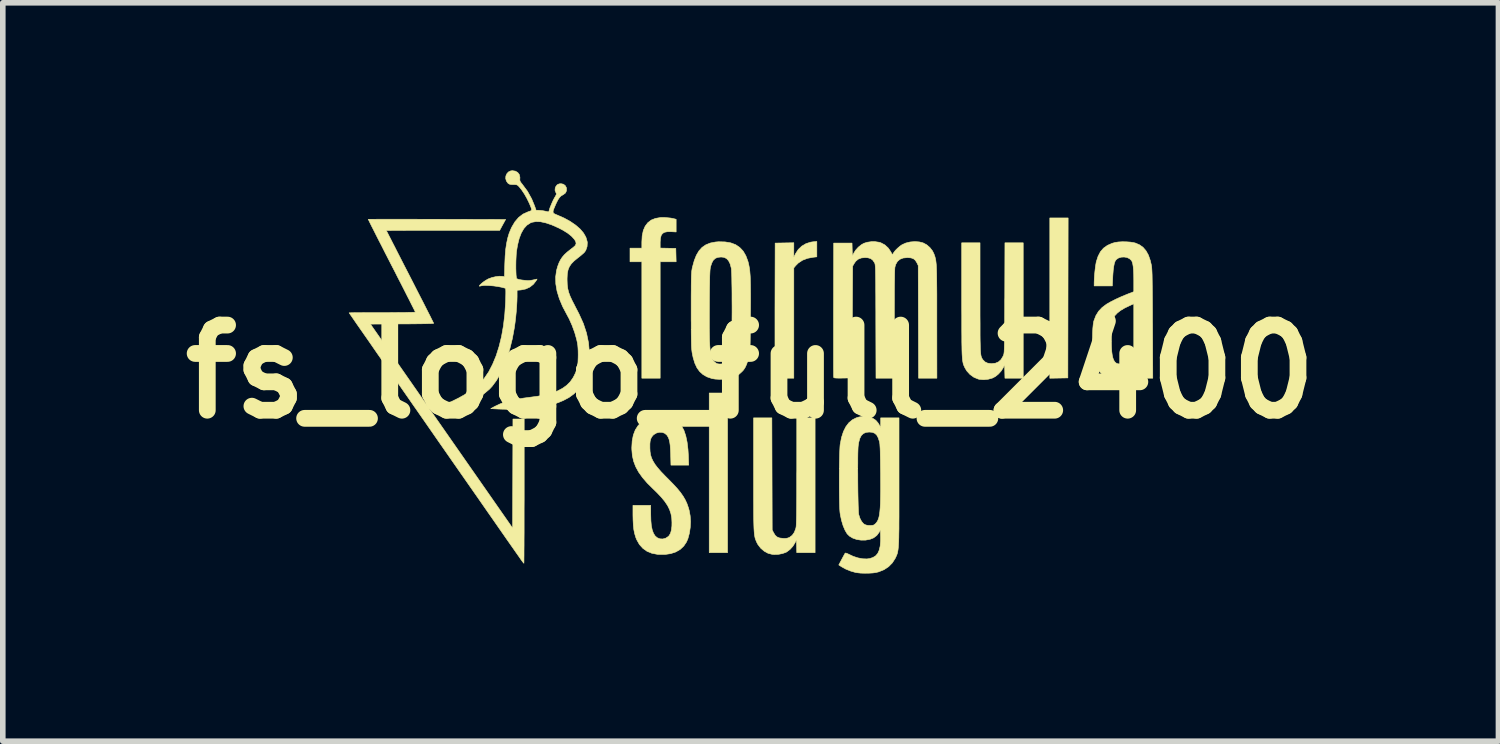
<source format=kicad_pcb>
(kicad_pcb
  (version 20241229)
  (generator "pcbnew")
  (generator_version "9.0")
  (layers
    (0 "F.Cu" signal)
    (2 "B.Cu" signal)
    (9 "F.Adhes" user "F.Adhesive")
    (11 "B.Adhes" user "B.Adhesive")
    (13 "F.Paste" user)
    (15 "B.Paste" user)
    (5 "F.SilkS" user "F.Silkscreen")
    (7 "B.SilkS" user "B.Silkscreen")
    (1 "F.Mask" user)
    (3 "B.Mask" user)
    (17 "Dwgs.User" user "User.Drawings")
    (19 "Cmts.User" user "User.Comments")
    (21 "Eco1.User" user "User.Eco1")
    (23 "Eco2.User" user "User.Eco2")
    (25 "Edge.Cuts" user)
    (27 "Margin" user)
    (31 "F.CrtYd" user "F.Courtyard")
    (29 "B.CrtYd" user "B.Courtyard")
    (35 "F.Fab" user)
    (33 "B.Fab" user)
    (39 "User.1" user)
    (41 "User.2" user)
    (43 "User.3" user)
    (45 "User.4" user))
  (footprint "fs_logo_full_2400"
    (layer "F.Cu")
    (at 10.385 3.603)
    (property "Reference" "fs_logo_full_2400" (at 0 0 0) (layer "F.SilkS") (effects (font (size 1.524 1.524) (thickness 0.3))))
    (attr through_hole)
    (fp_poly (pts (xy -0.413 3.239) (xy -0.741 3.239) (xy -0.741 0.381) (xy -0.413 0.381) (xy -0.413 3.239)) (stroke (width 0.01) (type solid)) (fill yes) (layer "F.SilkS"))
    (fp_poly (pts (xy 5.678 0.111) (xy 5.517 0.114) (xy 5.355 0.117) (xy 5.355 -2.752) (xy 5.683 -2.752) (xy 5.678 0.111)) (stroke (width 0.01) (type solid)) (fill yes) (layer "F.SilkS"))
    (fp_poly (pts (xy -1.479 -2.755) (xy -1.43 -2.75) (xy -1.392 -2.743) (xy -1.384 -2.741) (xy -1.333 -2.728) (xy -1.333 -2.501) (xy -1.422 -2.506) (xy -1.489 -2.506) (xy -1.54 -2.496) (xy -1.577 -2.474) (xy -1.601 -2.439) (xy -1.614 -2.388) (xy -1.619 -2.319) (xy -1.619 -2.302) (xy -1.619 -2.213) (xy -1.339 -2.207) (xy -1.336 -2.088) (xy -1.333 -1.968) (xy -1.619 -1.968) (xy -1.619 0.116) (xy -1.947 0.116) (xy -1.947 -1.968) (xy -2.159 -1.968) (xy -2.159 -2.212) (xy -1.947 -2.212) (xy -1.947 -2.321) (xy -1.941 -2.432) (xy -1.921 -2.527) (xy -1.887 -2.605) (xy -1.84 -2.667) (xy -1.779 -2.714) (xy -1.704 -2.744) (xy -1.616 -2.759) (xy -1.529 -2.759) (xy -1.479 -2.755)) (stroke (width 0.01) (type solid)) (fill yes) (layer "F.SilkS"))
    (fp_poly (pts (xy 1.185 -2.056) (xy 1.115 -2.048) (xy 1.016 -2.029) (xy 0.928 -1.995) (xy 0.854 -1.946) (xy 0.805 -1.897) (xy 0.773 -1.858) (xy 0.773 0.116) (xy 0.608 0.116) (xy 0.541 0.116) (xy 0.492 0.114) (xy 0.46 0.111) (xy 0.443 0.107) (xy 0.439 0.103) (xy 0.438 0.091) (xy 0.438 0.059) (xy 0.437 0.009) (xy 0.437 -0.059) (xy 0.436 -0.142) (xy 0.436 -0.24) (xy 0.436 -0.35) (xy 0.436 -0.473) (xy 0.436 -0.606) (xy 0.436 -0.747) (xy 0.436 -0.897) (xy 0.436 -1.052) (xy 0.436 -1.106) (xy 0.439 -2.302) (xy 0.606 -2.305) (xy 0.773 -2.308) (xy 0.773 -2.05) (xy 0.805 -2.114) (xy 0.853 -2.188) (xy 0.916 -2.248) (xy 0.991 -2.292) (xy 1.075 -2.319) (xy 1.116 -2.325) (xy 1.185 -2.331) (xy 1.185 -2.056)) (stroke (width 0.01) (type solid)) (fill yes) (layer "F.SilkS"))
    (fp_poly (pts (xy 0.386 2.831) (xy 0.411 2.881) (xy 0.44 2.928) (xy 0.474 2.958) (xy 0.519 2.976) (xy 0.578 2.983) (xy 0.624 2.984) (xy 0.657 2.979) (xy 0.687 2.969) (xy 0.697 2.964) (xy 0.744 2.929) (xy 0.781 2.877) (xy 0.807 2.811) (xy 0.814 2.779) (xy 0.816 2.755) (xy 0.818 2.711) (xy 0.82 2.647) (xy 0.822 2.563) (xy 0.823 2.458) (xy 0.824 2.333) (xy 0.825 2.187) (xy 0.825 2.021) (xy 0.825 1.834) (xy 0.826 1.769) (xy 0.826 0.826) (xy 1.154 0.826) (xy 1.154 3.239) (xy 0.826 3.239) (xy 0.82 3.011) (xy 0.796 3.06) (xy 0.756 3.125) (xy 0.705 3.181) (xy 0.648 3.224) (xy 0.632 3.233) (xy 0.569 3.255) (xy 0.497 3.269) (xy 0.422 3.272) (xy 0.386 3.269) (xy 0.312 3.25) (xy 0.243 3.212) (xy 0.181 3.159) (xy 0.131 3.094) (xy 0.111 3.057) (xy 0.102 3.036) (xy 0.094 3.017) (xy 0.086 2.997) (xy 0.08 2.977) (xy 0.075 2.953) (xy 0.07 2.925) (xy 0.066 2.892) (xy 0.063 2.852) (xy 0.06 2.804) (xy 0.058 2.747) (xy 0.056 2.678) (xy 0.055 2.598) (xy 0.054 2.504) (xy 0.054 2.395) (xy 0.053 2.27) (xy 0.053 2.127) (xy 0.053 1.965) (xy 0.053 1.839) (xy 0.053 0.826) (xy 0.38 0.826) (xy 0.386 2.831)) (stroke (width 0.01) (type solid)) (fill yes) (layer "F.SilkS"))
    (fp_poly (pts (xy 4.106 -1.325) (xy 4.106 -1.153) (xy 4.106 -1.002) (xy 4.107 -0.869) (xy 4.107 -0.754) (xy 4.107 -0.654) (xy 4.108 -0.569) (xy 4.11 -0.497) (xy 4.111 -0.437) (xy 4.113 -0.388) (xy 4.116 -0.348) (xy 4.119 -0.316) (xy 4.123 -0.29) (xy 4.128 -0.27) (xy 4.134 -0.254) (xy 4.14 -0.241) (xy 4.147 -0.229) (xy 4.155 -0.217) (xy 4.159 -0.212) (xy 4.196 -0.175) (xy 4.243 -0.153) (xy 4.304 -0.145) (xy 4.313 -0.145) (xy 4.381 -0.152) (xy 4.437 -0.176) (xy 4.482 -0.217) (xy 4.518 -0.277) (xy 4.527 -0.298) (xy 4.53 -0.307) (xy 4.533 -0.319) (xy 4.535 -0.334) (xy 4.538 -0.355) (xy 4.539 -0.381) (xy 4.541 -0.416) (xy 4.542 -0.46) (xy 4.543 -0.514) (xy 4.544 -0.579) (xy 4.545 -0.658) (xy 4.546 -0.751) (xy 4.547 -0.86) (xy 4.547 -0.986) (xy 4.548 -1.129) (xy 4.548 -1.293) (xy 4.549 -1.326) (xy 4.552 -2.307) (xy 4.879 -2.307) (xy 4.879 0.116) (xy 4.552 0.116) (xy 4.549 -0.003) (xy 4.546 -0.122) (xy 4.52 -0.069) (xy 4.483 -0.011) (xy 4.435 0.042) (xy 4.381 0.086) (xy 4.328 0.114) (xy 4.251 0.135) (xy 4.171 0.143) (xy 4.097 0.137) (xy 4.075 0.132) (xy 3.997 0.1) (xy 3.927 0.05) (xy 3.869 -0.014) (xy 3.836 -0.069) (xy 3.827 -0.088) (xy 3.819 -0.106) (xy 3.811 -0.124) (xy 3.805 -0.144) (xy 3.8 -0.168) (xy 3.795 -0.195) (xy 3.791 -0.228) (xy 3.788 -0.269) (xy 3.785 -0.317) (xy 3.783 -0.376) (xy 3.782 -0.445) (xy 3.78 -0.527) (xy 3.78 -0.622) (xy 3.779 -0.732) (xy 3.779 -0.859) (xy 3.779 -1.003) (xy 3.778 -1.166) (xy 3.778 -1.289) (xy 3.778 -2.307) (xy 4.106 -2.307) (xy 4.106 -1.325)) (stroke (width 0.01) (type solid)) (fill yes) (layer "F.SilkS"))
    (fp_poly (pts (xy -1.507 0.811) (xy -1.422 0.83) (xy -1.349 0.862) (xy -1.287 0.91) (xy -1.235 0.972) (xy -1.193 1.051) (xy -1.161 1.147) (xy -1.137 1.26) (xy -1.121 1.392) (xy -1.114 1.505) (xy -1.108 1.672) (xy -1.426 1.672) (xy -1.431 1.479) (xy -1.435 1.389) (xy -1.44 1.316) (xy -1.448 1.259) (xy -1.459 1.213) (xy -1.474 1.175) (xy -1.493 1.143) (xy -1.499 1.135) (xy -1.536 1.103) (xy -1.582 1.086) (xy -1.633 1.084) (xy -1.685 1.097) (xy -1.732 1.125) (xy -1.751 1.143) (xy -1.773 1.172) (xy -1.788 1.204) (xy -1.798 1.242) (xy -1.803 1.292) (xy -1.803 1.359) (xy -1.803 1.365) (xy -1.8 1.428) (xy -1.791 1.487) (xy -1.774 1.543) (xy -1.748 1.598) (xy -1.713 1.656) (xy -1.665 1.719) (xy -1.605 1.788) (xy -1.53 1.866) (xy -1.471 1.925) (xy -1.385 2.013) (xy -1.313 2.091) (xy -1.255 2.162) (xy -1.208 2.229) (xy -1.17 2.294) (xy -1.139 2.361) (xy -1.114 2.433) (xy -1.1 2.482) (xy -1.082 2.579) (xy -1.075 2.684) (xy -1.081 2.791) (xy -1.097 2.895) (xy -1.123 2.99) (xy -1.148 3.048) (xy -1.197 3.121) (xy -1.261 3.181) (xy -1.339 3.226) (xy -1.43 3.256) (xy -1.532 3.271) (xy -1.645 3.271) (xy -1.667 3.269) (xy -1.767 3.25) (xy -1.855 3.214) (xy -1.929 3.161) (xy -1.991 3.092) (xy -2.039 3.007) (xy -2.055 2.967) (xy -2.075 2.901) (xy -2.09 2.83) (xy -2.099 2.749) (xy -2.104 2.656) (xy -2.106 2.569) (xy -2.106 2.392) (xy -1.789 2.392) (xy -1.788 2.553) (xy -1.785 2.665) (xy -1.777 2.757) (xy -1.761 2.832) (xy -1.739 2.892) (xy -1.71 2.938) (xy -1.673 2.971) (xy -1.673 2.971) (xy -1.625 2.991) (xy -1.572 2.994) (xy -1.52 2.98) (xy -1.474 2.95) (xy -1.458 2.933) (xy -1.434 2.892) (xy -1.418 2.836) (xy -1.409 2.762) (xy -1.408 2.7) (xy -1.412 2.618) (xy -1.426 2.542) (xy -1.45 2.469) (xy -1.486 2.396) (xy -1.536 2.322) (xy -1.601 2.243) (xy -1.682 2.158) (xy -1.745 2.097) (xy -1.85 1.993) (xy -1.936 1.893) (xy -2.005 1.796) (xy -2.057 1.7) (xy -2.094 1.603) (xy -2.117 1.502) (xy -2.126 1.395) (xy -2.127 1.36) (xy -2.12 1.239) (xy -2.099 1.133) (xy -2.064 1.042) (xy -2.015 0.966) (xy -1.978 0.927) (xy -1.912 0.877) (xy -1.839 0.84) (xy -1.757 0.817) (xy -1.661 0.806) (xy -1.604 0.804) (xy -1.507 0.811)) (stroke (width 0.01) (type solid)) (fill yes) (layer "F.SilkS"))
    (fp_poly (pts (xy 3.02 -2.323) (xy 3.087 -2.306) (xy 3.151 -2.272) (xy 3.209 -2.222) (xy 3.256 -2.161) (xy 3.281 -2.11) (xy 3.289 -2.088) (xy 3.297 -2.066) (xy 3.303 -2.044) (xy 3.309 -2.02) (xy 3.314 -1.993) (xy 3.318 -1.962) (xy 3.322 -1.925) (xy 3.325 -1.881) (xy 3.327 -1.828) (xy 3.329 -1.765) (xy 3.33 -1.692) (xy 3.331 -1.605) (xy 3.332 -1.505) (xy 3.333 -1.389) (xy 3.333 -1.256) (xy 3.333 -1.106) (xy 3.333 -0.936) (xy 3.333 -0.886) (xy 3.334 0.116) (xy 3.006 0.116) (xy 3.003 -0.892) (xy 3 -1.9) (xy 2.976 -1.95) (xy 2.949 -1.993) (xy 2.916 -2.021) (xy 2.872 -2.037) (xy 2.814 -2.042) (xy 2.803 -2.042) (xy 2.73 -2.035) (xy 2.672 -2.012) (xy 2.628 -1.974) (xy 2.597 -1.92) (xy 2.583 -1.872) (xy 2.581 -1.851) (xy 2.579 -1.809) (xy 2.577 -1.748) (xy 2.576 -1.665) (xy 2.574 -1.562) (xy 2.573 -1.439) (xy 2.573 -1.295) (xy 2.572 -1.129) (xy 2.572 -0.943) (xy 2.572 -0.851) (xy 2.572 0.116) (xy 2.244 0.116) (xy 2.241 -0.897) (xy 2.241 -1.066) (xy 2.24 -1.215) (xy 2.24 -1.346) (xy 2.239 -1.459) (xy 2.239 -1.557) (xy 2.238 -1.639) (xy 2.237 -1.709) (xy 2.236 -1.766) (xy 2.235 -1.813) (xy 2.234 -1.85) (xy 2.232 -1.879) (xy 2.23 -1.901) (xy 2.228 -1.917) (xy 2.226 -1.93) (xy 2.223 -1.939) (xy 2.219 -1.947) (xy 2.216 -1.953) (xy 2.186 -1.997) (xy 2.149 -2.025) (xy 2.1 -2.039) (xy 2.05 -2.043) (xy 1.981 -2.036) (xy 1.925 -2.014) (xy 1.881 -1.976) (xy 1.855 -1.939) (xy 1.826 -1.889) (xy 1.82 -0.889) (xy 1.815 0.111) (xy 1.653 0.114) (xy 1.588 0.115) (xy 1.541 0.114) (xy 1.51 0.112) (xy 1.493 0.108) (xy 1.487 0.103) (xy 1.486 0.091) (xy 1.485 0.059) (xy 1.485 0.009) (xy 1.484 -0.059) (xy 1.484 -0.142) (xy 1.484 -0.24) (xy 1.484 -0.35) (xy 1.484 -0.473) (xy 1.484 -0.606) (xy 1.484 -0.747) (xy 1.484 -0.897) (xy 1.484 -1.053) (xy 1.484 -1.106) (xy 1.487 -2.302) (xy 1.815 -2.302) (xy 1.821 -2.07) (xy 1.846 -2.122) (xy 1.88 -2.176) (xy 1.928 -2.229) (xy 1.983 -2.273) (xy 2.027 -2.298) (xy 2.087 -2.317) (xy 2.158 -2.327) (xy 2.232 -2.327) (xy 2.299 -2.317) (xy 2.33 -2.308) (xy 2.402 -2.27) (xy 2.463 -2.214) (xy 2.507 -2.15) (xy 2.537 -2.094) (xy 2.56 -2.13) (xy 2.589 -2.169) (xy 2.63 -2.21) (xy 2.676 -2.249) (xy 2.709 -2.272) (xy 2.777 -2.303) (xy 2.855 -2.322) (xy 2.939 -2.329) (xy 3.02 -2.323)) (stroke (width 0.01) (type solid)) (fill yes) (layer "F.SilkS"))
    (fp_poly (pts (xy 6.724 -2.325) (xy 6.795 -2.32) (xy 6.857 -2.31) (xy 6.886 -2.303) (xy 6.961 -2.271) (xy 7.025 -2.225) (xy 7.077 -2.164) (xy 7.12 -2.087) (xy 7.153 -1.992) (xy 7.172 -1.912) (xy 7.175 -1.895) (xy 7.178 -1.875) (xy 7.18 -1.85) (xy 7.182 -1.82) (xy 7.184 -1.782) (xy 7.186 -1.736) (xy 7.187 -1.68) (xy 7.188 -1.612) (xy 7.189 -1.532) (xy 7.19 -1.438) (xy 7.191 -1.328) (xy 7.192 -1.202) (xy 7.193 -1.057) (xy 7.193 -0.893) (xy 7.194 -0.855) (xy 7.198 0.116) (xy 6.869 0.116) (xy 6.869 0.013) (xy 6.869 -0.09) (xy 6.846 -0.053) (xy 6.816 -0.011) (xy 6.778 0.032) (xy 6.737 0.069) (xy 6.7 0.094) (xy 6.699 0.095) (xy 6.667 0.108) (xy 6.625 0.12) (xy 6.599 0.126) (xy 6.564 0.132) (xy 6.54 0.135) (xy 6.519 0.135) (xy 6.491 0.131) (xy 6.463 0.126) (xy 6.381 0.103) (xy 6.311 0.062) (xy 6.252 0.004) (xy 6.204 -0.073) (xy 6.166 -0.167) (xy 6.155 -0.206) (xy 6.142 -0.267) (xy 6.133 -0.341) (xy 6.125 -0.426) (xy 6.121 -0.516) (xy 6.121 -0.537) (xy 6.457 -0.537) (xy 6.459 -0.44) (xy 6.464 -0.359) (xy 6.473 -0.294) (xy 6.485 -0.243) (xy 6.501 -0.203) (xy 6.521 -0.173) (xy 6.543 -0.154) (xy 6.573 -0.142) (xy 6.617 -0.138) (xy 6.664 -0.141) (xy 6.71 -0.151) (xy 6.726 -0.157) (xy 6.757 -0.176) (xy 6.791 -0.205) (xy 6.813 -0.228) (xy 6.858 -0.278) (xy 6.858 -1.216) (xy 6.789 -1.185) (xy 6.695 -1.14) (xy 6.62 -1.095) (xy 6.562 -1.049) (xy 6.517 -1.001) (xy 6.486 -0.953) (xy 6.478 -0.936) (xy 6.472 -0.92) (xy 6.468 -0.901) (xy 6.464 -0.875) (xy 6.462 -0.84) (xy 6.46 -0.793) (xy 6.459 -0.731) (xy 6.458 -0.654) (xy 6.457 -0.537) (xy 6.121 -0.537) (xy 6.119 -0.607) (xy 6.121 -0.695) (xy 6.125 -0.777) (xy 6.132 -0.846) (xy 6.141 -0.9) (xy 6.144 -0.91) (xy 6.18 -1.004) (xy 6.228 -1.082) (xy 6.291 -1.149) (xy 6.371 -1.209) (xy 6.376 -1.212) (xy 6.448 -1.253) (xy 6.537 -1.298) (xy 6.638 -1.344) (xy 6.747 -1.389) (xy 6.755 -1.392) (xy 6.858 -1.432) (xy 6.858 -1.629) (xy 6.857 -1.734) (xy 6.853 -1.819) (xy 6.847 -1.886) (xy 6.838 -1.937) (xy 6.826 -1.973) (xy 6.817 -1.99) (xy 6.782 -2.023) (xy 6.736 -2.045) (xy 6.684 -2.053) (xy 6.632 -2.05) (xy 6.584 -2.035) (xy 6.545 -2.008) (xy 6.526 -1.982) (xy 6.511 -1.943) (xy 6.5 -1.888) (xy 6.49 -1.815) (xy 6.483 -1.722) (xy 6.481 -1.681) (xy 6.474 -1.535) (xy 6.149 -1.535) (xy 6.149 -1.595) (xy 6.151 -1.654) (xy 6.155 -1.722) (xy 6.162 -1.794) (xy 6.17 -1.864) (xy 6.179 -1.924) (xy 6.187 -1.968) (xy 6.219 -2.066) (xy 6.261 -2.147) (xy 6.316 -2.211) (xy 6.386 -2.261) (xy 6.47 -2.298) (xy 6.527 -2.314) (xy 6.583 -2.322) (xy 6.651 -2.326) (xy 6.724 -2.325)) (stroke (width 0.01) (type solid)) (fill yes) (layer "F.SilkS"))
    (fp_poly (pts (xy -0.456 -2.323) (xy -0.355 -2.306) (xy -0.267 -2.273) (xy -0.194 -2.223) (xy -0.133 -2.158) (xy -0.085 -2.075) (xy -0.048 -1.976) (xy -0.043 -1.956) (xy -0.034 -1.92) (xy -0.027 -1.883) (xy -0.02 -1.845) (xy -0.015 -1.804) (xy -0.011 -1.757) (xy -0.007 -1.704) (xy -0.005 -1.641) (xy -0.003 -1.568) (xy -0.002 -1.483) (xy -0.001 -1.383) (xy -0.001 -1.267) (xy -0.002 -1.133) (xy -0.003 -1.021) (xy -0.004 -0.887) (xy -0.005 -0.773) (xy -0.006 -0.676) (xy -0.007 -0.594) (xy -0.008 -0.527) (xy -0.009 -0.472) (xy -0.011 -0.427) (xy -0.013 -0.39) (xy -0.015 -0.36) (xy -0.018 -0.335) (xy -0.022 -0.313) (xy -0.026 -0.293) (xy -0.029 -0.28) (xy -0.05 -0.199) (xy -0.071 -0.134) (xy -0.095 -0.081) (xy -0.123 -0.037) (xy -0.148 -0.008) (xy -0.215 0.053) (xy -0.293 0.096) (xy -0.371 0.121) (xy -0.428 0.131) (xy -0.496 0.135) (xy -0.566 0.136) (xy -0.633 0.132) (xy -0.688 0.123) (xy -0.696 0.121) (xy -0.781 0.092) (xy -0.852 0.051) (xy -0.911 -0.002) (xy -0.96 -0.069) (xy -0.999 -0.153) (xy -1.029 -0.253) (xy -1.044 -0.323) (xy -1.048 -0.346) (xy -1.051 -0.37) (xy -1.054 -0.396) (xy -1.057 -0.427) (xy -1.059 -0.463) (xy -1.06 -0.508) (xy -1.061 -0.563) (xy -1.062 -0.628) (xy -1.063 -0.707) (xy -1.063 -0.802) (xy -1.063 -0.878) (xy -0.739 -0.878) (xy -0.739 -0.753) (xy -0.737 -0.644) (xy -0.735 -0.551) (xy -0.731 -0.472) (xy -0.726 -0.406) (xy -0.72 -0.35) (xy -0.712 -0.305) (xy -0.702 -0.268) (xy -0.69 -0.237) (xy -0.677 -0.212) (xy -0.661 -0.191) (xy -0.643 -0.173) (xy -0.639 -0.17) (xy -0.616 -0.152) (xy -0.593 -0.142) (xy -0.564 -0.138) (xy -0.537 -0.138) (xy -0.485 -0.141) (xy -0.447 -0.153) (xy -0.437 -0.158) (xy -0.401 -0.191) (xy -0.373 -0.243) (xy -0.352 -0.313) (xy -0.347 -0.334) (xy -0.344 -0.361) (xy -0.342 -0.406) (xy -0.339 -0.468) (xy -0.337 -0.544) (xy -0.336 -0.632) (xy -0.334 -0.73) (xy -0.333 -0.835) (xy -0.333 -0.945) (xy -0.332 -1.059) (xy -0.332 -1.173) (xy -0.333 -1.285) (xy -0.333 -1.394) (xy -0.334 -1.497) (xy -0.336 -1.591) (xy -0.337 -1.675) (xy -0.339 -1.746) (xy -0.342 -1.802) (xy -0.344 -1.841) (xy -0.347 -1.857) (xy -0.367 -1.931) (xy -0.395 -1.987) (xy -0.431 -2.025) (xy -0.475 -2.047) (xy -0.529 -2.053) (xy -0.587 -2.047) (xy -0.632 -2.029) (xy -0.668 -1.996) (xy -0.695 -1.946) (xy -0.716 -1.883) (xy -0.72 -1.866) (xy -0.723 -1.847) (xy -0.726 -1.822) (xy -0.728 -1.79) (xy -0.73 -1.75) (xy -0.732 -1.7) (xy -0.733 -1.638) (xy -0.734 -1.563) (xy -0.736 -1.472) (xy -0.737 -1.364) (xy -0.738 -1.237) (xy -0.738 -1.185) (xy -0.739 -1.022) (xy -0.739 -0.878) (xy -1.063 -0.878) (xy -1.064 -0.913) (xy -1.064 -1.042) (xy -1.064 -1.101) (xy -1.064 -1.237) (xy -1.064 -1.354) (xy -1.063 -1.453) (xy -1.063 -1.537) (xy -1.062 -1.606) (xy -1.061 -1.663) (xy -1.06 -1.71) (xy -1.058 -1.747) (xy -1.056 -1.778) (xy -1.054 -1.804) (xy -1.05 -1.826) (xy -1.047 -1.847) (xy -1.042 -1.867) (xy -1.041 -1.873) (xy -1.009 -1.989) (xy -0.971 -2.085) (xy -0.924 -2.164) (xy -0.868 -2.226) (xy -0.802 -2.271) (xy -0.723 -2.303) (xy -0.632 -2.321) (xy -0.572 -2.326) (xy -0.456 -2.323)) (stroke (width 0.01) (type solid)) (fill yes) (layer "F.SilkS"))
    (fp_poly (pts (xy -6.275 -2.729) (xy -6.143 -2.729) (xy -6.001 -2.729) (xy -5.851 -2.728) (xy -5.695 -2.728) (xy -5.613 -2.728) (xy -4.385 -2.725) (xy -4.439 -2.627) (xy -4.492 -2.529) (xy -5.506 -2.529) (xy -5.65 -2.529) (xy -5.789 -2.529) (xy -5.919 -2.529) (xy -6.041 -2.529) (xy -6.152 -2.529) (xy -6.252 -2.528) (xy -6.337 -2.528) (xy -6.408 -2.528) (xy -6.463 -2.527) (xy -6.5 -2.527) (xy -6.518 -2.527) (xy -6.519 -2.526) (xy -6.515 -2.517) (xy -6.501 -2.49) (xy -6.479 -2.446) (xy -6.449 -2.388) (xy -6.413 -2.317) (xy -6.37 -2.234) (xy -6.322 -2.139) (xy -6.269 -2.036) (xy -6.212 -1.924) (xy -6.151 -1.806) (xy -6.096 -1.699) (xy -6.033 -1.576) (xy -5.973 -1.458) (xy -5.916 -1.347) (xy -5.863 -1.244) (xy -5.816 -1.151) (xy -5.774 -1.068) (xy -5.738 -0.998) (xy -5.71 -0.941) (xy -5.689 -0.899) (xy -5.676 -0.874) (xy -5.673 -0.866) (xy -5.683 -0.864) (xy -5.712 -0.862) (xy -5.759 -0.861) (xy -5.821 -0.859) (xy -5.897 -0.858) (xy -5.984 -0.857) (xy -6.081 -0.856) (xy -6.185 -0.855) (xy -6.239 -0.855) (xy -6.805 -0.852) (xy -5.533 0.974) (xy -4.26 2.799) (xy -4.257 1.823) (xy -4.254 0.847) (xy -4.053 0.847) (xy -4.053 2.138) (xy -4.053 2.301) (xy -4.054 2.459) (xy -4.054 2.609) (xy -4.054 2.751) (xy -4.054 2.882) (xy -4.055 3.003) (xy -4.055 3.111) (xy -4.056 3.206) (xy -4.056 3.286) (xy -4.057 3.349) (xy -4.057 3.395) (xy -4.058 3.422) (xy -4.058 3.429) (xy -4.066 3.421) (xy -4.083 3.4) (xy -4.105 3.37) (xy -4.11 3.363) (xy -4.127 3.338) (xy -4.155 3.298) (xy -4.194 3.243) (xy -4.242 3.174) (xy -4.299 3.093) (xy -4.365 2.999) (xy -4.438 2.894) (xy -4.518 2.779) (xy -4.605 2.654) (xy -4.698 2.521) (xy -4.796 2.38) (xy -4.899 2.232) (xy -5.006 2.079) (xy -5.116 1.921) (xy -5.23 1.758) (xy -5.345 1.593) (xy -5.462 1.425) (xy -5.58 1.256) (xy -5.698 1.086) (xy -5.816 0.916) (xy -5.933 0.748) (xy -6.049 0.582) (xy -6.162 0.419) (xy -6.273 0.26) (xy -6.38 0.106) (xy -6.483 -0.042) (xy -6.582 -0.184) (xy -6.676 -0.318) (xy -6.763 -0.444) (xy -6.844 -0.561) (xy -6.918 -0.667) (xy -6.985 -0.763) (xy -7.043 -0.846) (xy -7.092 -0.917) (xy -7.131 -0.974) (xy -7.16 -1.016) (xy -7.179 -1.043) (xy -7.186 -1.053) (xy -7.186 -1.054) (xy -7.176 -1.054) (xy -7.146 -1.055) (xy -7.099 -1.056) (xy -7.037 -1.057) (xy -6.961 -1.057) (xy -6.873 -1.058) (xy -6.776 -1.058) (xy -6.67 -1.058) (xy -6.593 -1.058) (xy -6.484 -1.058) (xy -6.38 -1.059) (xy -6.286 -1.06) (xy -6.201 -1.06) (xy -6.129 -1.062) (xy -6.071 -1.063) (xy -6.03 -1.064) (xy -6.006 -1.066) (xy -6.001 -1.067) (xy -6.005 -1.077) (xy -6.019 -1.105) (xy -6.041 -1.149) (xy -6.071 -1.208) (xy -6.107 -1.28) (xy -6.15 -1.364) (xy -6.198 -1.459) (xy -6.251 -1.563) (xy -6.309 -1.675) (xy -6.369 -1.794) (xy -6.424 -1.9) (xy -6.487 -2.023) (xy -6.547 -2.14) (xy -6.603 -2.251) (xy -6.656 -2.353) (xy -6.703 -2.446) (xy -6.744 -2.528) (xy -6.78 -2.598) (xy -6.808 -2.654) (xy -6.828 -2.695) (xy -6.84 -2.72) (xy -6.844 -2.727) (xy -6.833 -2.728) (xy -6.802 -2.728) (xy -6.753 -2.728) (xy -6.687 -2.729) (xy -6.604 -2.729) (xy -6.507 -2.729) (xy -6.397 -2.729) (xy -6.275 -2.729)) (stroke (width 0.01) (type solid)) (fill yes) (layer "F.SilkS"))
    (fp_poly (pts (xy 2.048 0.807) (xy 2.127 0.816) (xy 2.19 0.836) (xy 2.24 0.869) (xy 2.282 0.918) (xy 2.306 0.958) (xy 2.327 1) (xy 2.328 0.913) (xy 2.328 0.826) (xy 2.656 0.826) (xy 2.656 1.962) (xy 2.656 2.15) (xy 2.656 2.318) (xy 2.656 2.467) (xy 2.656 2.599) (xy 2.655 2.715) (xy 2.655 2.815) (xy 2.653 2.902) (xy 2.652 2.977) (xy 2.65 3.041) (xy 2.647 3.094) (xy 2.644 3.139) (xy 2.64 3.177) (xy 2.635 3.208) (xy 2.63 3.235) (xy 2.624 3.258) (xy 2.616 3.279) (xy 2.608 3.298) (xy 2.599 3.318) (xy 2.589 3.339) (xy 2.588 3.341) (xy 2.536 3.422) (xy 2.469 3.49) (xy 2.387 3.544) (xy 2.292 3.582) (xy 2.245 3.594) (xy 2.189 3.602) (xy 2.12 3.606) (xy 2.044 3.607) (xy 1.971 3.605) (xy 1.907 3.598) (xy 1.877 3.593) (xy 1.787 3.567) (xy 1.699 3.531) (xy 1.631 3.493) (xy 1.578 3.459) (xy 1.632 3.357) (xy 1.655 3.314) (xy 1.674 3.279) (xy 1.688 3.254) (xy 1.694 3.246) (xy 1.706 3.246) (xy 1.731 3.255) (xy 1.758 3.268) (xy 1.837 3.305) (xy 1.92 3.332) (xy 2.003 3.348) (xy 2.08 3.351) (xy 2.129 3.345) (xy 2.19 3.325) (xy 2.239 3.295) (xy 2.276 3.251) (xy 2.302 3.193) (xy 2.319 3.12) (xy 2.326 3.029) (xy 2.326 2.962) (xy 2.323 2.831) (xy 2.3 2.875) (xy 2.258 2.931) (xy 2.201 2.974) (xy 2.139 2.999) (xy 2.059 3.014) (xy 1.978 3.015) (xy 1.9 3.003) (xy 1.83 2.979) (xy 1.771 2.944) (xy 1.728 2.902) (xy 1.69 2.838) (xy 1.656 2.758) (xy 1.628 2.665) (xy 1.606 2.564) (xy 1.599 2.514) (xy 1.596 2.474) (xy 1.593 2.417) (xy 1.591 2.345) (xy 1.589 2.261) (xy 1.588 2.167) (xy 1.587 2.066) (xy 1.587 1.961) (xy 1.587 1.855) (xy 1.588 1.75) (xy 1.588 1.737) (xy 1.917 1.737) (xy 1.918 1.838) (xy 1.918 1.941) (xy 1.919 2.043) (xy 1.92 2.143) (xy 1.922 2.238) (xy 1.924 2.326) (xy 1.926 2.403) (xy 1.929 2.467) (xy 1.931 2.517) (xy 1.934 2.548) (xy 1.935 2.556) (xy 1.956 2.622) (xy 1.985 2.678) (xy 2.018 2.718) (xy 2.031 2.728) (xy 2.059 2.742) (xy 2.092 2.75) (xy 2.135 2.752) (xy 2.174 2.751) (xy 2.199 2.746) (xy 2.218 2.735) (xy 2.238 2.717) (xy 2.256 2.696) (xy 2.272 2.671) (xy 2.285 2.641) (xy 2.297 2.603) (xy 2.306 2.558) (xy 2.313 2.502) (xy 2.319 2.434) (xy 2.323 2.354) (xy 2.325 2.258) (xy 2.327 2.147) (xy 2.327 2.018) (xy 2.326 1.87) (xy 2.326 1.82) (xy 2.324 1.695) (xy 2.323 1.59) (xy 2.321 1.503) (xy 2.32 1.431) (xy 2.318 1.374) (xy 2.315 1.329) (xy 2.313 1.294) (xy 2.309 1.268) (xy 2.306 1.25) (xy 2.305 1.249) (xy 2.283 1.182) (xy 2.257 1.134) (xy 2.223 1.103) (xy 2.18 1.085) (xy 2.125 1.08) (xy 2.122 1.08) (xy 2.064 1.086) (xy 2.018 1.107) (xy 1.981 1.142) (xy 1.954 1.195) (xy 1.935 1.265) (xy 1.926 1.325) (xy 1.923 1.358) (xy 1.921 1.409) (xy 1.919 1.475) (xy 1.918 1.554) (xy 1.918 1.642) (xy 1.917 1.737) (xy 1.588 1.737) (xy 1.589 1.649) (xy 1.591 1.556) (xy 1.593 1.472) (xy 1.596 1.4) (xy 1.599 1.344) (xy 1.602 1.306) (xy 1.603 1.302) (xy 1.627 1.177) (xy 1.661 1.072) (xy 1.705 0.984) (xy 1.758 0.914) (xy 1.821 0.861) (xy 1.89 0.826) (xy 1.926 0.814) (xy 1.96 0.807) (xy 1.999 0.805) (xy 2.048 0.807)) (stroke (width 0.01) (type solid)) (fill yes) (layer "F.SilkS"))
    (fp_poly (pts (xy -4.21 -3.59) (xy -4.168 -3.565) (xy -4.14 -3.528) (xy -4.129 -3.479) (xy -4.13 -3.457) (xy -4.131 -3.431) (xy -4.126 -3.409) (xy -4.111 -3.385) (xy -4.091 -3.36) (xy -3.995 -3.231) (xy -3.919 -3.094) (xy -3.868 -2.971) (xy -3.839 -2.889) (xy -3.799 -2.889) (xy -3.763 -2.887) (xy -3.716 -2.881) (xy -3.669 -2.872) (xy -3.631 -2.863) (xy -3.627 -2.862) (xy -3.612 -2.863) (xy -3.609 -2.872) (xy -3.604 -2.894) (xy -3.593 -2.93) (xy -3.575 -2.974) (xy -3.555 -3.022) (xy -3.534 -3.068) (xy -3.513 -3.108) (xy -3.507 -3.118) (xy -3.488 -3.151) (xy -3.478 -3.173) (xy -3.477 -3.188) (xy -3.483 -3.203) (xy -3.486 -3.208) (xy -3.501 -3.248) (xy -3.497 -3.289) (xy -3.487 -3.313) (xy -3.462 -3.346) (xy -3.427 -3.362) (xy -3.394 -3.365) (xy -3.351 -3.356) (xy -3.317 -3.33) (xy -3.297 -3.292) (xy -3.296 -3.285) (xy -3.296 -3.238) (xy -3.314 -3.199) (xy -3.352 -3.17) (xy -3.361 -3.165) (xy -3.393 -3.146) (xy -3.421 -3.118) (xy -3.448 -3.078) (xy -3.476 -3.023) (xy -3.499 -2.971) (xy -3.521 -2.919) (xy -3.534 -2.882) (xy -3.536 -2.856) (xy -3.528 -2.838) (xy -3.508 -2.824) (xy -3.476 -2.81) (xy -3.466 -2.806) (xy -3.338 -2.75) (xy -3.226 -2.688) (xy -3.13 -2.622) (xy -3.051 -2.553) (xy -2.99 -2.481) (xy -2.948 -2.407) (xy -2.926 -2.332) (xy -2.923 -2.312) (xy -2.927 -2.241) (xy -2.949 -2.176) (xy -2.97 -2.143) (xy -2.988 -2.124) (xy -3.019 -2.097) (xy -3.057 -2.065) (xy -3.092 -2.038) (xy -3.159 -1.983) (xy -3.209 -1.932) (xy -3.245 -1.879) (xy -3.268 -1.821) (xy -3.281 -1.753) (xy -3.285 -1.671) (xy -3.285 -1.64) (xy -3.282 -1.559) (xy -3.273 -1.487) (xy -3.256 -1.419) (xy -3.229 -1.347) (xy -3.191 -1.266) (xy -3.182 -1.249) (xy -3.158 -1.203) (xy -3.129 -1.145) (xy -3.097 -1.084) (xy -3.071 -1.033) (xy -2.994 -0.863) (xy -2.937 -0.69) (xy -2.901 -0.516) (xy -2.886 -0.341) (xy -2.885 -0.307) (xy -2.89 -0.172) (xy -2.906 -0.051) (xy -2.935 0.057) (xy -2.978 0.158) (xy -3.022 0.235) (xy -3.087 0.322) (xy -3.163 0.397) (xy -3.252 0.462) (xy -3.356 0.517) (xy -3.476 0.565) (xy -3.614 0.604) (xy -3.646 0.612) (xy -3.75 0.632) (xy -3.871 0.649) (xy -4.004 0.661) (xy -4.146 0.669) (xy -4.291 0.673) (xy -4.436 0.671) (xy -4.519 0.668) (xy -4.651 0.661) (xy -4.583 0.623) (xy -4.482 0.575) (xy -4.363 0.534) (xy -4.225 0.5) (xy -4.068 0.473) (xy -3.969 0.46) (xy -3.812 0.439) (xy -3.675 0.413) (xy -3.556 0.381) (xy -3.453 0.343) (xy -3.366 0.297) (xy -3.292 0.244) (xy -3.23 0.182) (xy -3.18 0.111) (xy -3.162 0.078) (xy -3.133 0.018) (xy -3.113 -0.04) (xy -3.099 -0.101) (xy -3.09 -0.17) (xy -3.087 -0.252) (xy -3.086 -0.302) (xy -3.087 -0.372) (xy -3.09 -0.428) (xy -3.094 -0.476) (xy -3.102 -0.524) (xy -3.114 -0.578) (xy -3.114 -0.579) (xy -3.149 -0.702) (xy -3.195 -0.828) (xy -3.248 -0.947) (xy -3.284 -1.014) (xy -3.364 -1.165) (xy -3.424 -1.308) (xy -3.465 -1.443) (xy -3.487 -1.572) (xy -3.49 -1.695) (xy -3.474 -1.812) (xy -3.452 -1.889) (xy -3.429 -1.95) (xy -3.403 -2.002) (xy -3.372 -2.049) (xy -3.334 -2.094) (xy -3.284 -2.14) (xy -3.22 -2.191) (xy -3.175 -2.225) (xy -3.139 -2.258) (xy -3.124 -2.29) (xy -3.129 -2.325) (xy -3.152 -2.367) (xy -3.153 -2.368) (xy -3.204 -2.424) (xy -3.274 -2.48) (xy -3.365 -2.536) (xy -3.434 -2.572) (xy -3.555 -2.626) (xy -3.663 -2.663) (xy -3.759 -2.684) (xy -3.843 -2.687) (xy -3.915 -2.674) (xy -3.942 -2.663) (xy -4.005 -2.622) (xy -4.059 -2.562) (xy -4.105 -2.482) (xy -4.143 -2.383) (xy -4.172 -2.265) (xy -4.191 -2.149) (xy -4.195 -2.101) (xy -4.198 -2.042) (xy -4.201 -1.978) (xy -4.202 -1.911) (xy -4.202 -1.846) (xy -4.2 -1.786) (xy -4.198 -1.734) (xy -4.194 -1.695) (xy -4.19 -1.672) (xy -4.188 -1.669) (xy -4.173 -1.659) (xy -4.141 -1.649) (xy -4.091 -1.641) (xy -4.073 -1.639) (xy -4.019 -1.633) (xy -3.978 -1.631) (xy -3.941 -1.634) (xy -3.901 -1.641) (xy -3.896 -1.642) (xy -3.822 -1.658) (xy -3.84 -1.627) (xy -3.888 -1.565) (xy -3.951 -1.515) (xy -4.025 -1.481) (xy -4.107 -1.464) (xy -4.113 -1.463) (xy -4.18 -1.458) (xy -4.18 -1.339) (xy -4.182 -1.266) (xy -4.187 -1.177) (xy -4.194 -1.08) (xy -4.204 -0.981) (xy -4.215 -0.885) (xy -4.227 -0.799) (xy -4.229 -0.785) (xy -4.264 -0.595) (xy -4.308 -0.416) (xy -4.359 -0.25) (xy -4.416 -0.098) (xy -4.48 0.038) (xy -4.55 0.158) (xy -4.625 0.259) (xy -4.674 0.312) (xy -4.77 0.393) (xy -4.882 0.464) (xy -5.007 0.524) (xy -5.144 0.572) (xy -5.287 0.607) (xy -5.436 0.628) (xy -5.487 0.631) (xy -5.593 0.637) (xy -5.487 0.593) (xy -5.353 0.534) (xy -5.226 0.471) (xy -5.109 0.405) (xy -5.005 0.339) (xy -4.917 0.274) (xy -4.854 0.219) (xy -4.768 0.119) (xy -4.688 0.002) (xy -4.618 -0.133) (xy -4.555 -0.285) (xy -4.502 -0.452) (xy -4.458 -0.632) (xy -4.424 -0.825) (xy -4.4 -1.03) (xy -4.386 -1.245) (xy -4.385 -1.277) (xy -4.383 -1.349) (xy -4.382 -1.403) (xy -4.382 -1.441) (xy -4.383 -1.467) (xy -4.385 -1.483) (xy -4.39 -1.491) (xy -4.396 -1.495) (xy -4.398 -1.496) (xy -4.458 -1.512) (xy -4.525 -1.525) (xy -4.596 -1.535) (xy -4.666 -1.541) (xy -4.73 -1.544) (xy -4.784 -1.543) (xy -4.823 -1.537) (xy -4.831 -1.535) (xy -4.851 -1.53) (xy -4.856 -1.535) (xy -4.849 -1.548) (xy -4.831 -1.566) (xy -4.805 -1.589) (xy -4.774 -1.613) (xy -4.739 -1.636) (xy -4.703 -1.657) (xy -4.693 -1.662) (xy -4.631 -1.685) (xy -4.563 -1.701) (xy -4.496 -1.709) (xy -4.447 -1.707) (xy -4.406 -1.702) (xy -4.4 -1.928) (xy -4.394 -2.067) (xy -4.384 -2.189) (xy -4.368 -2.296) (xy -4.348 -2.391) (xy -4.322 -2.478) (xy -4.288 -2.56) (xy -4.275 -2.588) (xy -4.218 -2.684) (xy -4.151 -2.762) (xy -4.074 -2.821) (xy -3.986 -2.861) (xy -3.975 -2.865) (xy -3.948 -2.874) (xy -3.93 -2.882) (xy -3.922 -2.895) (xy -3.922 -2.914) (xy -3.932 -2.944) (xy -3.95 -2.988) (xy -3.964 -3.02) (xy -4.003 -3.1) (xy -4.048 -3.18) (xy -4.097 -3.253) (xy -4.136 -3.302) (xy -4.159 -3.327) (xy -4.177 -3.341) (xy -4.198 -3.348) (xy -4.23 -3.349) (xy -4.247 -3.349) (xy -4.287 -3.351) (xy -4.314 -3.356) (xy -4.334 -3.367) (xy -4.344 -3.375) (xy -4.372 -3.414) (xy -4.384 -3.458) (xy -4.381 -3.502) (xy -4.364 -3.542) (xy -4.335 -3.575) (xy -4.295 -3.594) (xy -4.264 -3.598) (xy -4.21 -3.59)) (stroke (width 0.01) (type solid)) (fill yes) (layer "F.SilkS")))
  (gr_rect
    (start -3 -3)
    (end 23.77 10.216)
    (stroke (width 0.1) (type default))
    (fill no)
    (layer "Edge.Cuts")))
</source>
